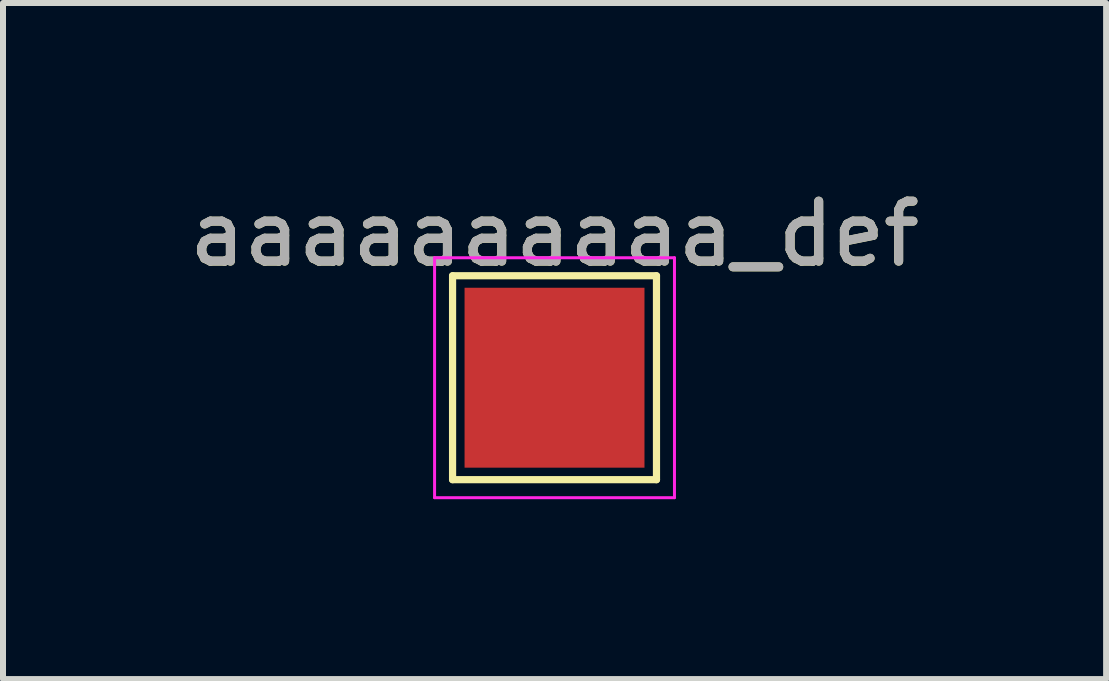
<source format=kicad_pcb>
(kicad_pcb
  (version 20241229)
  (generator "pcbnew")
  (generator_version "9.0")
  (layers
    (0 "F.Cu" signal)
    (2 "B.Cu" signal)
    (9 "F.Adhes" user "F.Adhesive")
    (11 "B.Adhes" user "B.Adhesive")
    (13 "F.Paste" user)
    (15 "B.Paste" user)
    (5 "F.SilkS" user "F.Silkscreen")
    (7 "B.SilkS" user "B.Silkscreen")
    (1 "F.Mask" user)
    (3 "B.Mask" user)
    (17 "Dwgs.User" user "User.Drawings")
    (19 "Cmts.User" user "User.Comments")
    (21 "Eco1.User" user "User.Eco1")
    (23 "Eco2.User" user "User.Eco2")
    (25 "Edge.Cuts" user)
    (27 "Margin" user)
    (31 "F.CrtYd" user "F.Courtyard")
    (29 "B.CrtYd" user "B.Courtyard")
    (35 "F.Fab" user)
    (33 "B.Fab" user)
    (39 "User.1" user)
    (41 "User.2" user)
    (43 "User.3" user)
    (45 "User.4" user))
  (footprint "aaaaaaaaaa_def"
    (layer "F.Cu")
    (at 6.196 3.248)
    (property "Reference" "aaaaaaaaaa_def" (at 0 -2.398 0) (layer "F.SilkS") (effects (font (size 1 1) (thickness 0.15))))
    (attr exclude_from_pos_files exclude_from_bom)
    (fp_line (start -1.7 -1.7) (end 1.7 -1.7) (stroke (width 0.12) (type solid)) (layer "F.SilkS"))
    (fp_line (start -1.7 1.7) (end -1.7 -1.7) (stroke (width 0.12) (type solid)) (layer "F.SilkS"))
    (fp_line (start 1.7 -1.7) (end 1.7 1.7) (stroke (width 0.12) (type solid)) (layer "F.SilkS"))
    (fp_line (start 1.7 1.7) (end -1.7 1.7) (stroke (width 0.12) (type solid)) (layer "F.SilkS"))
    (fp_line (start -2 -2) (end -2 2) (stroke (width 0.05) (type solid)) (layer "F.CrtYd"))
    (fp_line (start -2 -2) (end 2 -2) (stroke (width 0.05) (type solid)) (layer "F.CrtYd"))
    (fp_line (start 2 2) (end -2 2) (stroke (width 0.05) (type solid)) (layer "F.CrtYd"))
    (fp_line (start 2 2) (end 2 -2) (stroke (width 0.05) (type solid)) (layer "F.CrtYd"))
    (fp_text user "${REFERENCE}" (at 0 -2.4 0) (layer "F.Fab") (effects (font (size 1 1) (thickness 0.15))))
    (pad "1" smd rect (at 0 0) (size 3 3) (layers "F.Cu" "F.Mask")))
  (gr_rect
    (start -3 -3)
    (end 15.393 8.273)
    (stroke (width 0.1) (type default))
    (fill no)
    (layer "Edge.Cuts")))
</source>
